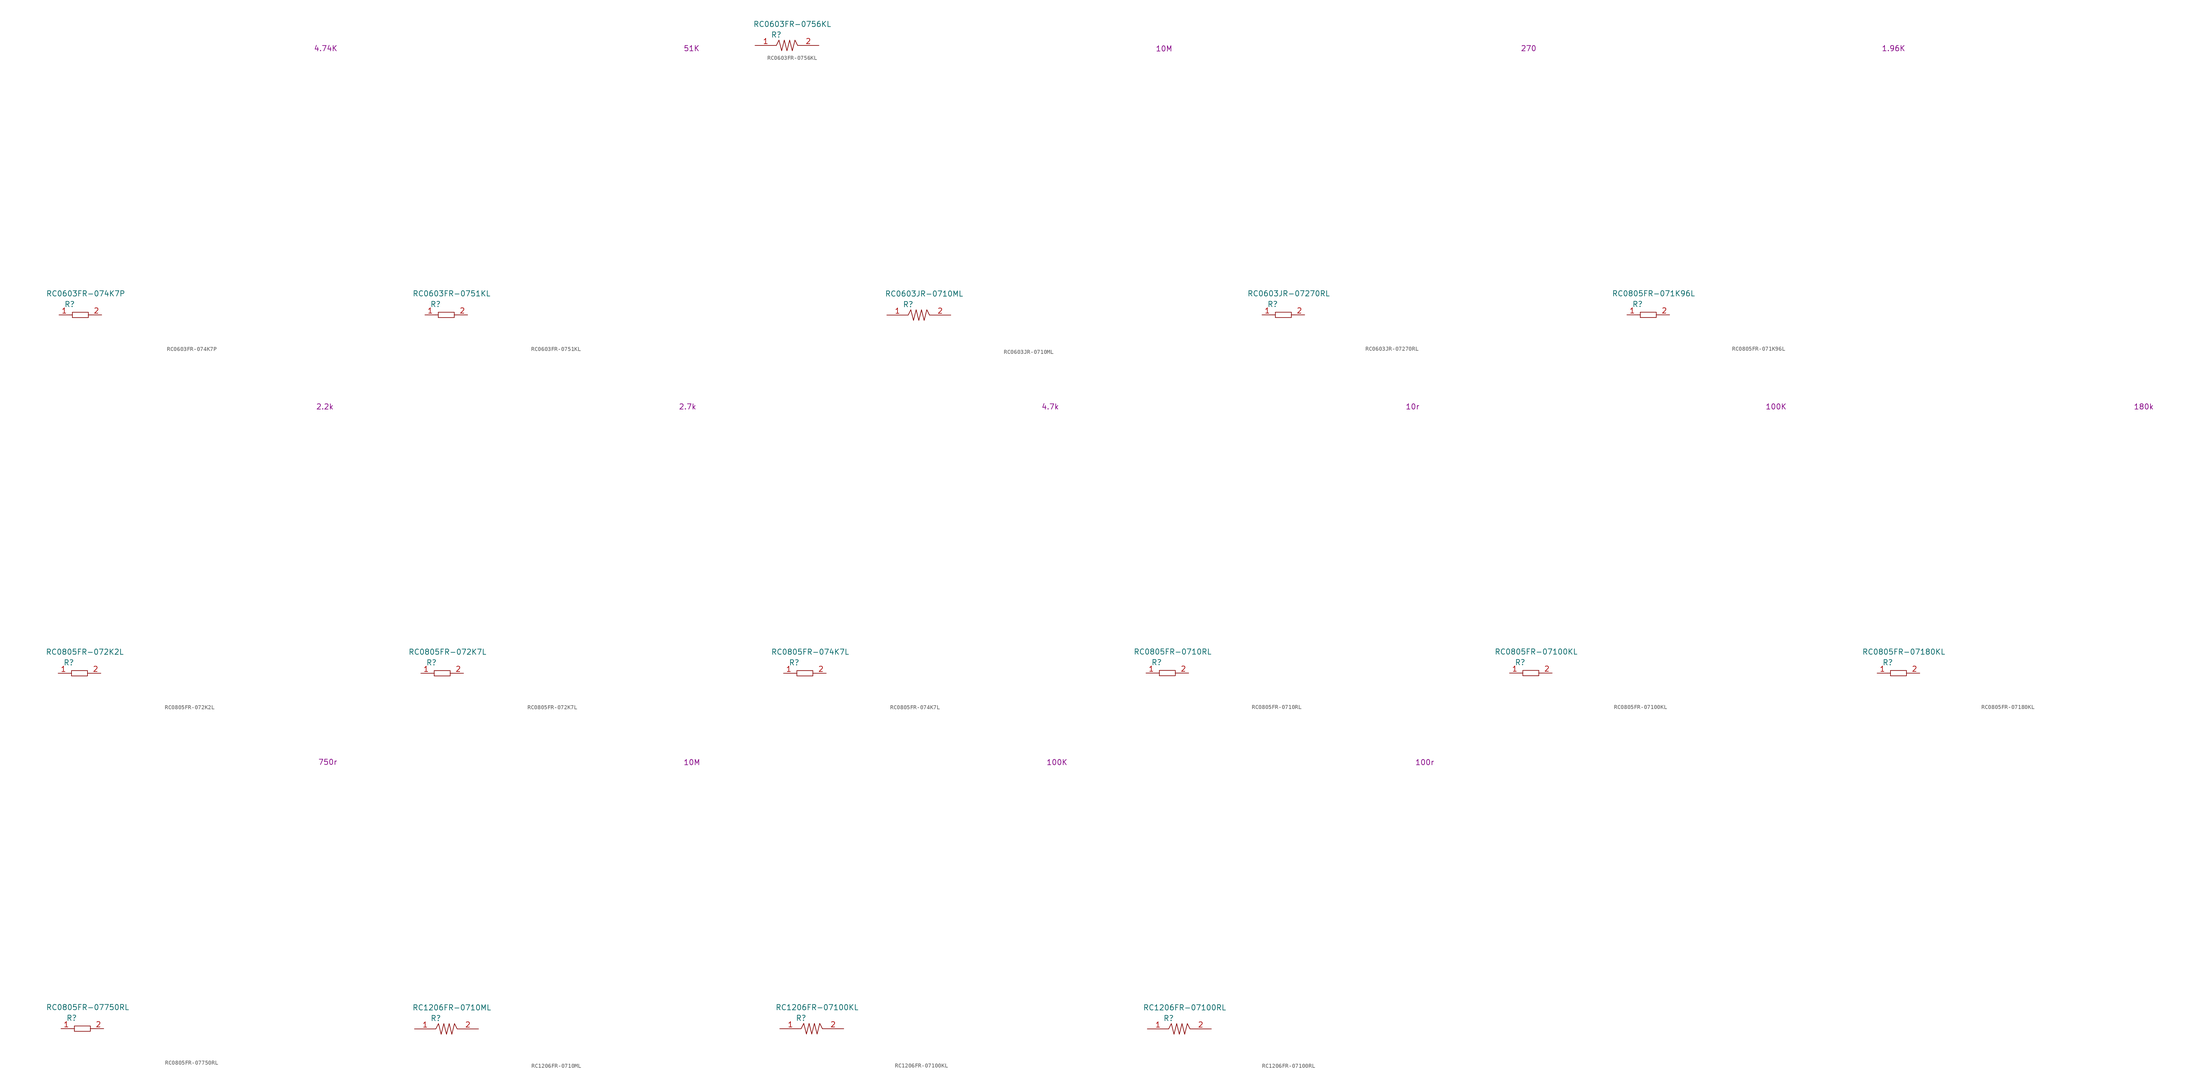
<source format=kicad_sym>
(kicad_symbol_lib
  (version 20231120)
  (generator "kicad_symbol_editor")
  (generator_version "8.0")
  (symbol "RC0603FR-074K7P"
    (pin_names
      (offset 1.016))
    (property "Reference" "R"
      (at -2.54 2.54 0)
      (effects (font (size 1.27 1.27))))
    (property "Value" "RC0603FR-074K7P"
      (at 1.27 5.08 0)
      (effects (font (size 1.27 1.27))))
    (property "_Value_" "4.74K"
      (at 58.42 63.5 0)
      (effects (font (size 1.27 1.27))))
    (symbol "RC0603FR-074K7P_0_1"
      (rectangle (start -1.905 0.635) (end 1.905 -0.635) (stroke (width 0) (type default)) (fill (type none)))
      (polyline (pts (xy -2.54 0) (xy -1.905 0)) (stroke (width 0) (type default)) (fill (type none)))
      (polyline (pts (xy -1.905 0) (xy -1.905 0)) (stroke (width 0) (type default)) (fill (type none)))
      (polyline (pts (xy 1.905 0) (xy 1.905 0)) (stroke (width 0) (type default)) (fill (type none)))
      (polyline (pts (xy 2.54 0) (xy 1.905 0)) (stroke (width 0) (type default)) (fill (type none))))
    (symbol "RC0603FR-074K7P_1_1"
      (pin passive line (at -5.08 0 0) (length 2.515) (name "~" (effects (font (size 1.27 1.27)))) (number "1" (effects (font (size 1.27 1.27)))))
      (pin passive line (at 5.08 0 180) (length 2.515) (name "~" (effects (font (size 1.27 1.27)))) (number "2" (effects (font (size 1.27 1.27)))))))
  (symbol "RC0603FR-0751KL"
    (pin_names
      (offset 1.016))
    (property "Reference" "R"
      (at -2.54 2.54 0)
      (effects (font (size 1.27 1.27))))
    (property "Value" "RC0603FR-0751KL"
      (at 1.27 5.08 0)
      (effects (font (size 1.27 1.27))))
    (property "_Value_" "51K"
      (at 58.42 63.5 0)
      (effects (font (size 1.27 1.27))))
    (symbol "RC0603FR-0751KL_0_1"
      (rectangle (start -1.905 0.635) (end 1.905 -0.635) (stroke (width 0) (type default)) (fill (type none)))
      (polyline (pts (xy -2.54 0) (xy -1.905 0)) (stroke (width 0) (type default)) (fill (type none)))
      (polyline (pts (xy -1.905 0) (xy -1.905 0)) (stroke (width 0) (type default)) (fill (type none)))
      (polyline (pts (xy 1.905 0) (xy 1.905 0)) (stroke (width 0) (type default)) (fill (type none)))
      (polyline (pts (xy 2.54 0) (xy 1.905 0)) (stroke (width 0) (type default)) (fill (type none))))
    (symbol "RC0603FR-0751KL_1_1"
      (pin passive line (at -5.08 0 0) (length 2.515) (name "~" (effects (font (size 1.27 1.27)))) (number "1" (effects (font (size 1.27 1.27)))))
      (pin passive line (at 5.08 0 180) (length 2.515) (name "~" (effects (font (size 1.27 1.27)))) (number "2" (effects (font (size 1.27 1.27)))))))
  (symbol "RC0603FR-0756KL"
    (pin_names
      (offset 1.016))
    (property "Reference" "R"
      (at -2.54 2.54 0)
      (effects (font (size 1.27 1.27))))
    (property "Value" "RC0603FR-0756KL"
      (at 1.27 5.08 0)
      (effects (font (size 1.27 1.27))))
    (symbol "RC0603FR-0756KL_1_1"
      (polyline (pts (xy -2.54 0) (xy -1.905 1.27) (xy -1.27 -1.27) (xy -0.635 1.27) (xy 0 -1.27) (xy 0.635 1.27) (xy 1.27 -1.27) (xy 1.905 1.27) (xy 2.54 0)) (stroke (width 0) (type default)) (fill (type none)))
      (pin passive line (at -7.62 0 0) (length 5.08) (name "~" (effects (font (size 1.27 1.27)))) (number "1" (effects (font (size 1.27 1.27)))))
      (pin passive line (at 7.62 0 180) (length 5.08) (name "~" (effects (font (size 1.27 1.27)))) (number "2" (effects (font (size 1.27 1.27)))))))
  (symbol "RC0603JR-0710ML"
    (pin_names
      (offset 1.016))
    (property "Reference" "R"
      (at -2.54 2.54 0)
      (effects (font (size 1.27 1.27))))
    (property "Value" "RC0603JR-0710ML"
      (at 1.27 5.08 0)
      (effects (font (size 1.27 1.27))))
    (property "_Value_" "10M"
      (at 58.42 63.5 0)
      (effects (font (size 1.27 1.27))))
    (symbol "RC0603JR-0710ML_1_1"
      (polyline (pts (xy -2.54 0) (xy -1.905 1.27) (xy -1.27 -1.27) (xy -0.635 1.27) (xy 0 -1.27) (xy 0.635 1.27) (xy 1.27 -1.27) (xy 1.905 1.27) (xy 2.54 0)) (stroke (width 0) (type default)) (fill (type none)))
      (pin passive line (at -7.62 0 0) (length 5.08) (name "~" (effects (font (size 1.27 1.27)))) (number "1" (effects (font (size 1.27 1.27)))))
      (pin passive line (at 7.62 0 180) (length 5.08) (name "~" (effects (font (size 1.27 1.27)))) (number "2" (effects (font (size 1.27 1.27)))))))
  (symbol "RC0603JR-07270RL"
    (pin_names
      (offset 1.016))
    (property "Reference" "R"
      (at -2.54 2.54 0)
      (effects (font (size 1.27 1.27))))
    (property "Value" "RC0603JR-07270RL"
      (at 1.27 5.08 0)
      (effects (font (size 1.27 1.27))))
    (property "_Value_" "270"
      (at 58.42 63.5 0)
      (effects (font (size 1.27 1.27))))
    (symbol "RC0603JR-07270RL_0_1"
      (rectangle (start -1.905 0.635) (end 1.905 -0.635) (stroke (width 0) (type default)) (fill (type none)))
      (polyline (pts (xy -2.54 0) (xy -1.905 0)) (stroke (width 0) (type default)) (fill (type none)))
      (polyline (pts (xy -1.905 0) (xy -1.905 0)) (stroke (width 0) (type default)) (fill (type none)))
      (polyline (pts (xy 1.905 0) (xy 1.905 0)) (stroke (width 0) (type default)) (fill (type none)))
      (polyline (pts (xy 2.54 0) (xy 1.905 0)) (stroke (width 0) (type default)) (fill (type none))))
    (symbol "RC0603JR-07270RL_1_1"
      (pin passive line (at -5.08 0 0) (length 2.515) (name "~" (effects (font (size 1.27 1.27)))) (number "1" (effects (font (size 1.27 1.27)))))
      (pin passive line (at 5.08 0 180) (length 2.515) (name "~" (effects (font (size 1.27 1.27)))) (number "2" (effects (font (size 1.27 1.27)))))))
  (symbol "RC0805FR-071K96L"
    (pin_names
      (offset 1.016))
    (property "Reference" "R"
      (at -2.54 2.54 0)
      (effects (font (size 1.27 1.27))))
    (property "Value" "RC0805FR-071K96L"
      (at 1.27 5.08 0)
      (effects (font (size 1.27 1.27))))
    (property "_Value_" "1.96K"
      (at 58.42 63.5 0)
      (effects (font (size 1.27 1.27))))
    (symbol "RC0805FR-071K96L_0_1"
      (rectangle (start -1.905 0.635) (end 1.905 -0.635) (stroke (width 0) (type default)) (fill (type none)))
      (polyline (pts (xy -2.54 0) (xy -1.905 0)) (stroke (width 0) (type default)) (fill (type none)))
      (polyline (pts (xy -1.905 0) (xy -1.905 0)) (stroke (width 0) (type default)) (fill (type none)))
      (polyline (pts (xy 1.905 0) (xy 1.905 0)) (stroke (width 0) (type default)) (fill (type none)))
      (polyline (pts (xy 2.54 0) (xy 1.905 0)) (stroke (width 0) (type default)) (fill (type none))))
    (symbol "RC0805FR-071K96L_1_1"
      (pin passive line (at -5.08 0 0) (length 2.515) (name "~" (effects (font (size 1.27 1.27)))) (number "1" (effects (font (size 1.27 1.27)))))
      (pin passive line (at 5.08 0 180) (length 2.515) (name "~" (effects (font (size 1.27 1.27)))) (number "2" (effects (font (size 1.27 1.27)))))))
  (symbol "RC0805FR-072K2L"
    (pin_names
      (offset 1.016))
    (property "Reference" "R"
      (at -2.54 2.54 0)
      (effects (font (size 1.27 1.27))))
    (property "Value" "RC0805FR-072K2L"
      (at 1.27 5.08 0)
      (effects (font (size 1.27 1.27))))
    (property "_Value_" "2.2k"
      (at 58.42 63.5 0)
      (effects (font (size 1.27 1.27))))
    (symbol "RC0805FR-072K2L_0_1"
      (rectangle (start -1.905 0.635) (end 1.905 -0.635) (stroke (width 0) (type default)) (fill (type none)))
      (polyline (pts (xy -2.54 0) (xy -1.905 0)) (stroke (width 0) (type default)) (fill (type none)))
      (polyline (pts (xy -1.905 0) (xy -1.905 0)) (stroke (width 0) (type default)) (fill (type none)))
      (polyline (pts (xy 1.905 0) (xy 1.905 0)) (stroke (width 0) (type default)) (fill (type none)))
      (polyline (pts (xy 2.54 0) (xy 1.905 0)) (stroke (width 0) (type default)) (fill (type none))))
    (symbol "RC0805FR-072K2L_1_1"
      (pin passive line (at -5.08 0 0) (length 2.515) (name "~" (effects (font (size 1.27 1.27)))) (number "1" (effects (font (size 1.27 1.27)))))
      (pin passive line (at 5.08 0 180) (length 2.515) (name "~" (effects (font (size 1.27 1.27)))) (number "2" (effects (font (size 1.27 1.27)))))))
  (symbol "RC0805FR-072K7L"
    (pin_names
      (offset 1.016))
    (property "Reference" "R"
      (at -2.54 2.54 0)
      (effects (font (size 1.27 1.27))))
    (property "Value" "RC0805FR-072K7L"
      (at 1.27 5.08 0)
      (effects (font (size 1.27 1.27))))
    (property "_Value_" "2.7k"
      (at 58.42 63.5 0)
      (effects (font (size 1.27 1.27))))
    (symbol "RC0805FR-072K7L_0_1"
      (rectangle (start -1.905 0.635) (end 1.905 -0.635) (stroke (width 0) (type default)) (fill (type none)))
      (polyline (pts (xy -2.54 0) (xy -1.905 0)) (stroke (width 0) (type default)) (fill (type none)))
      (polyline (pts (xy -1.905 0) (xy -1.905 0)) (stroke (width 0) (type default)) (fill (type none)))
      (polyline (pts (xy 1.905 0) (xy 1.905 0)) (stroke (width 0) (type default)) (fill (type none)))
      (polyline (pts (xy 2.54 0) (xy 1.905 0)) (stroke (width 0) (type default)) (fill (type none))))
    (symbol "RC0805FR-072K7L_1_1"
      (pin passive line (at -5.08 0 0) (length 2.515) (name "~" (effects (font (size 1.27 1.27)))) (number "1" (effects (font (size 1.27 1.27)))))
      (pin passive line (at 5.08 0 180) (length 2.515) (name "~" (effects (font (size 1.27 1.27)))) (number "2" (effects (font (size 1.27 1.27)))))))
  (symbol "RC0805FR-074K7L"
    (pin_names
      (offset 1.016))
    (property "Reference" "R"
      (at -2.54 2.54 0)
      (effects (font (size 1.27 1.27))))
    (property "Value" "RC0805FR-074K7L"
      (at 1.27 5.08 0)
      (effects (font (size 1.27 1.27))))
    (property "_Value_" "4.7k"
      (at 58.42 63.5 0)
      (effects (font (size 1.27 1.27))))
    (symbol "RC0805FR-074K7L_0_1"
      (rectangle (start -1.905 0.635) (end 1.905 -0.635) (stroke (width 0) (type default)) (fill (type none)))
      (polyline (pts (xy -2.54 0) (xy -1.905 0)) (stroke (width 0) (type default)) (fill (type none)))
      (polyline (pts (xy -1.905 0) (xy -1.905 0)) (stroke (width 0) (type default)) (fill (type none)))
      (polyline (pts (xy 1.905 0) (xy 1.905 0)) (stroke (width 0) (type default)) (fill (type none)))
      (polyline (pts (xy 2.54 0) (xy 1.905 0)) (stroke (width 0) (type default)) (fill (type none))))
    (symbol "RC0805FR-074K7L_1_1"
      (pin passive line (at -5.08 0 0) (length 2.515) (name "~" (effects (font (size 1.27 1.27)))) (number "1" (effects (font (size 1.27 1.27)))))
      (pin passive line (at 5.08 0 180) (length 2.515) (name "~" (effects (font (size 1.27 1.27)))) (number "2" (effects (font (size 1.27 1.27)))))))
  (symbol "RC0805FR-0710RL"
    (pin_names
      (offset 1.016))
    (property "Reference" "R"
      (at -2.54 2.54 0)
      (effects (font (size 1.27 1.27))))
    (property "Value" "RC0805FR-0710RL"
      (at 1.27 5.08 0)
      (effects (font (size 1.27 1.27))))
    (property "_Value_" "10r"
      (at 58.42 63.5 0)
      (effects (font (size 1.27 1.27))))
    (symbol "RC0805FR-0710RL_0_1"
      (rectangle (start -1.905 0.635) (end 1.905 -0.635) (stroke (width 0) (type default)) (fill (type none)))
      (polyline (pts (xy -2.54 0) (xy -1.905 0)) (stroke (width 0) (type default)) (fill (type none)))
      (polyline (pts (xy -1.905 0) (xy -1.905 0)) (stroke (width 0) (type default)) (fill (type none)))
      (polyline (pts (xy 1.905 0) (xy 1.905 0)) (stroke (width 0) (type default)) (fill (type none)))
      (polyline (pts (xy 2.54 0) (xy 1.905 0)) (stroke (width 0) (type default)) (fill (type none))))
    (symbol "RC0805FR-0710RL_1_1"
      (pin passive line (at -5.08 0 0) (length 2.515) (name "~" (effects (font (size 1.27 1.27)))) (number "1" (effects (font (size 1.27 1.27)))))
      (pin passive line (at 5.08 0 180) (length 2.515) (name "~" (effects (font (size 1.27 1.27)))) (number "2" (effects (font (size 1.27 1.27)))))))
  (symbol "RC0805FR-07100KL"
    (pin_names
      (offset 1.016))
    (property "Reference" "R"
      (at -2.54 2.54 0)
      (effects (font (size 1.27 1.27))))
    (property "Value" "RC0805FR-07100KL"
      (at 1.27 5.08 0)
      (effects (font (size 1.27 1.27))))
    (property "_Value_" "100K"
      (at 58.42 63.5 0)
      (effects (font (size 1.27 1.27))))
    (symbol "RC0805FR-07100KL_0_1"
      (rectangle (start -1.905 0.635) (end 1.905 -0.635) (stroke (width 0) (type default)) (fill (type none)))
      (polyline (pts (xy -2.54 0) (xy -1.905 0)) (stroke (width 0) (type default)) (fill (type none)))
      (polyline (pts (xy -1.905 0) (xy -1.905 0)) (stroke (width 0) (type default)) (fill (type none)))
      (polyline (pts (xy 1.905 0) (xy 1.905 0)) (stroke (width 0) (type default)) (fill (type none)))
      (polyline (pts (xy 2.54 0) (xy 1.905 0)) (stroke (width 0) (type default)) (fill (type none))))
    (symbol "RC0805FR-07100KL_1_1"
      (pin passive line (at -5.08 0 0) (length 2.515) (name "~" (effects (font (size 1.27 1.27)))) (number "1" (effects (font (size 1.27 1.27)))))
      (pin passive line (at 5.08 0 180) (length 2.515) (name "~" (effects (font (size 1.27 1.27)))) (number "2" (effects (font (size 1.27 1.27)))))))
  (symbol "RC0805FR-07180KL"
    (pin_names
      (offset 1.016))
    (property "Reference" "R"
      (at -2.54 2.54 0)
      (effects (font (size 1.27 1.27))))
    (property "Value" "RC0805FR-07180KL"
      (at 1.27 5.08 0)
      (effects (font (size 1.27 1.27))))
    (property "_Value_" "180k"
      (at 58.42 63.5 0)
      (effects (font (size 1.27 1.27))))
    (symbol "RC0805FR-07180KL_0_1"
      (rectangle (start -1.905 0.635) (end 1.905 -0.635) (stroke (width 0) (type default)) (fill (type none)))
      (polyline (pts (xy -2.54 0) (xy -1.905 0)) (stroke (width 0) (type default)) (fill (type none)))
      (polyline (pts (xy -1.905 0) (xy -1.905 0)) (stroke (width 0) (type default)) (fill (type none)))
      (polyline (pts (xy 1.905 0) (xy 1.905 0)) (stroke (width 0) (type default)) (fill (type none)))
      (polyline (pts (xy 2.54 0) (xy 1.905 0)) (stroke (width 0) (type default)) (fill (type none))))
    (symbol "RC0805FR-07180KL_1_1"
      (pin passive line (at -5.08 0 0) (length 2.515) (name "~" (effects (font (size 1.27 1.27)))) (number "1" (effects (font (size 1.27 1.27)))))
      (pin passive line (at 5.08 0 180) (length 2.515) (name "~" (effects (font (size 1.27 1.27)))) (number "2" (effects (font (size 1.27 1.27)))))))
  (symbol "RC0805FR-07750RL"
    (pin_names
      (offset 1.016))
    (property "Reference" "R"
      (at -2.54 2.54 0)
      (effects (font (size 1.27 1.27))))
    (property "Value" "RC0805FR-07750RL"
      (at 1.27 5.08 0)
      (effects (font (size 1.27 1.27))))
    (property "_Value_" "750r"
      (at 58.42 63.5 0)
      (effects (font (size 1.27 1.27))))
    (symbol "RC0805FR-07750RL_0_1"
      (rectangle (start -1.905 0.635) (end 1.905 -0.635) (stroke (width 0) (type default)) (fill (type none)))
      (polyline (pts (xy -2.54 0) (xy -1.905 0)) (stroke (width 0) (type default)) (fill (type none)))
      (polyline (pts (xy -1.905 0) (xy -1.905 0)) (stroke (width 0) (type default)) (fill (type none)))
      (polyline (pts (xy 1.905 0) (xy 1.905 0)) (stroke (width 0) (type default)) (fill (type none)))
      (polyline (pts (xy 2.54 0) (xy 1.905 0)) (stroke (width 0) (type default)) (fill (type none))))
    (symbol "RC0805FR-07750RL_1_1"
      (pin passive line (at -5.08 0 0) (length 2.515) (name "~" (effects (font (size 1.27 1.27)))) (number "1" (effects (font (size 1.27 1.27)))))
      (pin passive line (at 5.08 0 180) (length 2.515) (name "~" (effects (font (size 1.27 1.27)))) (number "2" (effects (font (size 1.27 1.27)))))))
  (symbol "RC1206FR-0710ML"
    (pin_names
      (offset 1.016))
    (property "Reference" "R"
      (at -2.54 2.54 0)
      (effects (font (size 1.27 1.27))))
    (property "Value" "RC1206FR-0710ML"
      (at 1.27 5.08 0)
      (effects (font (size 1.27 1.27))))
    (property "_Value_" "10M"
      (at 58.42 63.5 0)
      (effects (font (size 1.27 1.27))))
    (symbol "RC1206FR-0710ML_1_1"
      (polyline (pts (xy -2.54 0) (xy -1.905 1.27) (xy -1.27 -1.27) (xy -0.635 1.27) (xy 0 -1.27) (xy 0.635 1.27) (xy 1.27 -1.27) (xy 1.905 1.27) (xy 2.54 0)) (stroke (width 0) (type default)) (fill (type none)))
      (pin passive line (at -7.62 0 0) (length 5.08) (name "~" (effects (font (size 1.27 1.27)))) (number "1" (effects (font (size 1.27 1.27)))))
      (pin passive line (at 7.62 0 180) (length 5.08) (name "~" (effects (font (size 1.27 1.27)))) (number "2" (effects (font (size 1.27 1.27)))))))
  (symbol "RC1206FR-07100KL"
    (pin_names
      (offset 1.016))
    (property "Reference" "R"
      (at -2.54 2.54 0)
      (effects (font (size 1.27 1.27))))
    (property "Value" "RC1206FR-07100KL"
      (at 1.27 5.08 0)
      (effects (font (size 1.27 1.27))))
    (property "_Value_" "100K"
      (at 58.42 63.5 0)
      (effects (font (size 1.27 1.27))))
    (symbol "RC1206FR-07100KL_1_1"
      (polyline (pts (xy -2.54 0) (xy -1.905 1.27) (xy -1.27 -1.27) (xy -0.635 1.27) (xy 0 -1.27) (xy 0.635 1.27) (xy 1.27 -1.27) (xy 1.905 1.27) (xy 2.54 0)) (stroke (width 0) (type default)) (fill (type none)))
      (pin passive line (at -7.62 0 0) (length 5.08) (name "~" (effects (font (size 1.27 1.27)))) (number "1" (effects (font (size 1.27 1.27)))))
      (pin passive line (at 7.62 0 180) (length 5.08) (name "~" (effects (font (size 1.27 1.27)))) (number "2" (effects (font (size 1.27 1.27)))))))
  (symbol "RC1206FR-07100RL"
    (pin_names
      (offset 1.016))
    (property "Reference" "R"
      (at -2.54 2.54 0)
      (effects (font (size 1.27 1.27))))
    (property "Value" "RC1206FR-07100RL"
      (at 1.27 5.08 0)
      (effects (font (size 1.27 1.27))))
    (property "_Value_" "100r"
      (at 58.42 63.5 0)
      (effects (font (size 1.27 1.27))))
    (symbol "RC1206FR-07100RL_1_1"
      (polyline (pts (xy -2.54 0) (xy -1.905 1.27) (xy -1.27 -1.27) (xy -0.635 1.27) (xy 0 -1.27) (xy 0.635 1.27) (xy 1.27 -1.27) (xy 1.905 1.27) (xy 2.54 0)) (stroke (width 0) (type default)) (fill (type none)))
      (pin passive line (at -7.62 0 0) (length 5.08) (name "~" (effects (font (size 1.27 1.27)))) (number "1" (effects (font (size 1.27 1.27)))))
      (pin passive line (at 7.62 0 180) (length 5.08) (name "~" (effects (font (size 1.27 1.27)))) (number "2" (effects (font (size 1.27 1.27))))))))
</source>
